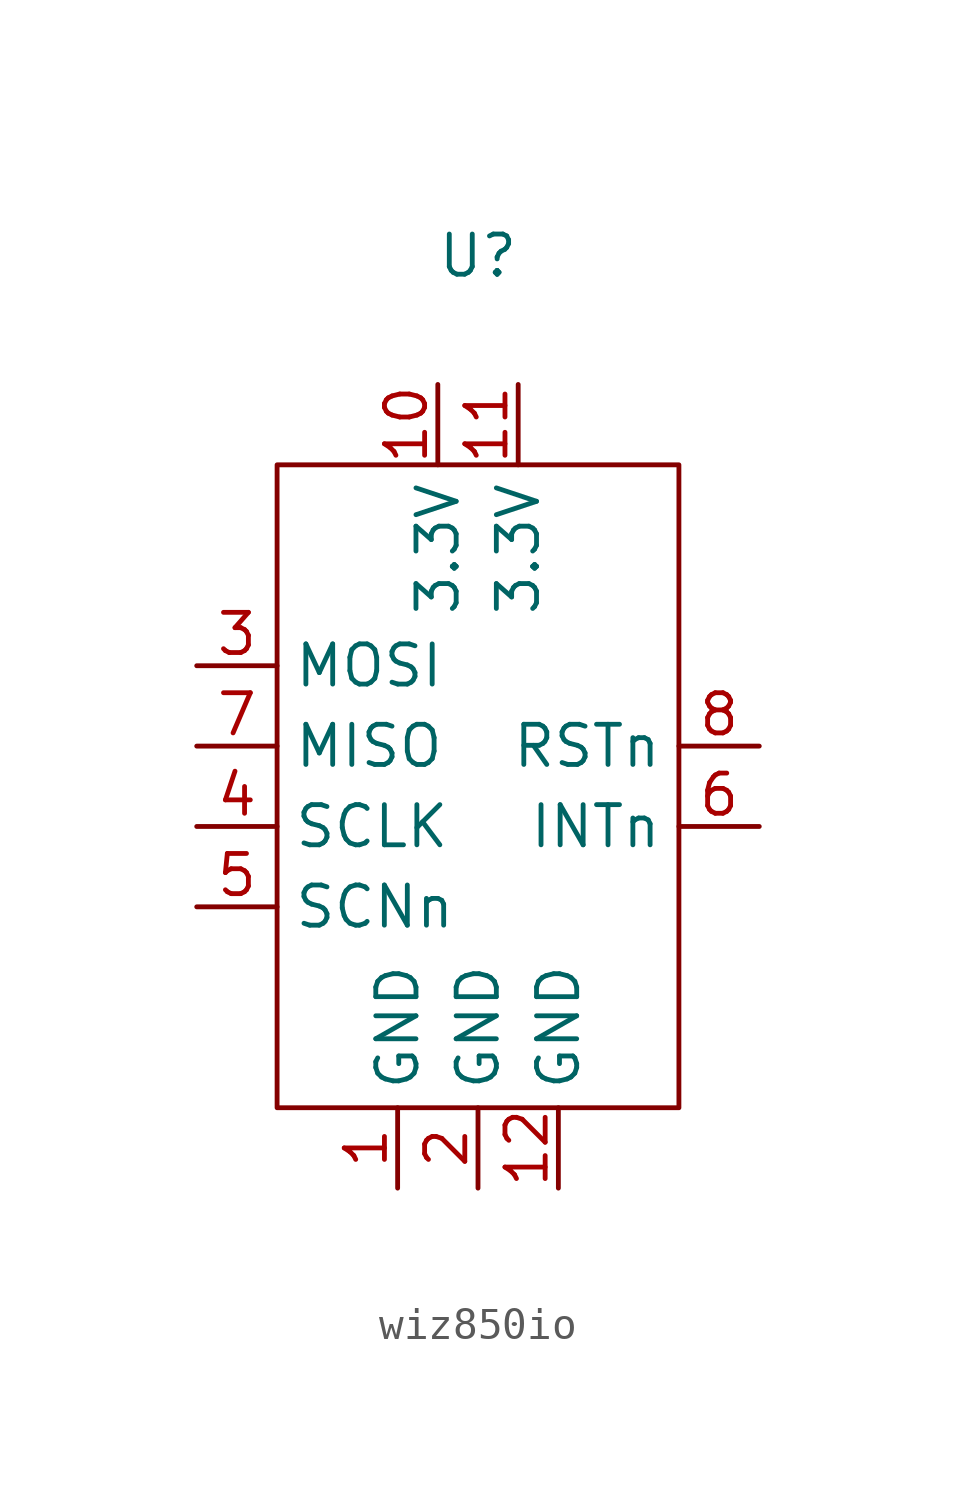
<source format=kicad_sym>
(kicad_symbol_lib
  (version 20231120)
  (generator "kicad_symbol_editor")
  (generator_version "8.0")
  (symbol "wiz850io"
    (property "Reference" "U"
      (at 0 6.604 0)
      (effects (font (size 1.27 1.27))))
    (property "Value" ""
      (at 0 4.572 0)
      (effects (font (size 1.27 1.27))))
    (symbol "wiz850io_0_1"
      (rectangle (start -6.35 0) (end 6.35 -20.32) (stroke (width 0) (type default)) (fill (type none))))
    (symbol "wiz850io_1_1"
      (pin power_in line (at -2.54 -22.86 90) (length 2.54) (name "GND" (effects (font (size 1.27 1.27)))) (number "1" (effects (font (size 1.27 1.27)))))
      (pin power_in line (at -1.27 2.54 270) (length 2.54) (name "3.3V" (effects (font (size 1.27 1.27)))) (number "10" (effects (font (size 1.27 1.27)))))
      (pin power_in line (at 1.27 2.54 270) (length 2.54) (name "3.3V" (effects (font (size 1.27 1.27)))) (number "11" (effects (font (size 1.27 1.27)))))
      (pin power_in line (at 2.54 -22.86 90) (length 2.54) (name "GND" (effects (font (size 1.27 1.27)))) (number "12" (effects (font (size 1.27 1.27)))))
      (pin power_in line (at 0 -22.86 90) (length 2.54) (name "GND" (effects (font (size 1.27 1.27)))) (number "2" (effects (font (size 1.27 1.27)))))
      (pin input line (at -8.89 -6.35 0) (length 2.54) (name "MOSI" (effects (font (size 1.27 1.27)))) (number "3" (effects (font (size 1.27 1.27)))))
      (pin input line (at -8.89 -11.43 0) (length 2.54) (name "SCLK" (effects (font (size 1.27 1.27)))) (number "4" (effects (font (size 1.27 1.27)))))
      (pin input line (at -8.89 -13.97 0) (length 2.54) (name "SCNn" (effects (font (size 1.27 1.27)))) (number "5" (effects (font (size 1.27 1.27)))))
      (pin input line (at 8.89 -11.43 180) (length 2.54) (name "INTn" (effects (font (size 1.27 1.27)))) (number "6" (effects (font (size 1.27 1.27)))))
      (pin output line (at -8.89 -8.89 0) (length 2.54) (name "MISO" (effects (font (size 1.27 1.27)))) (number "7" (effects (font (size 1.27 1.27)))))
      (pin input line (at 8.89 -8.89 180) (length 2.54) (name "RSTn" (effects (font (size 1.27 1.27)))) (number "8" (effects (font (size 1.27 1.27))))))))
</source>
